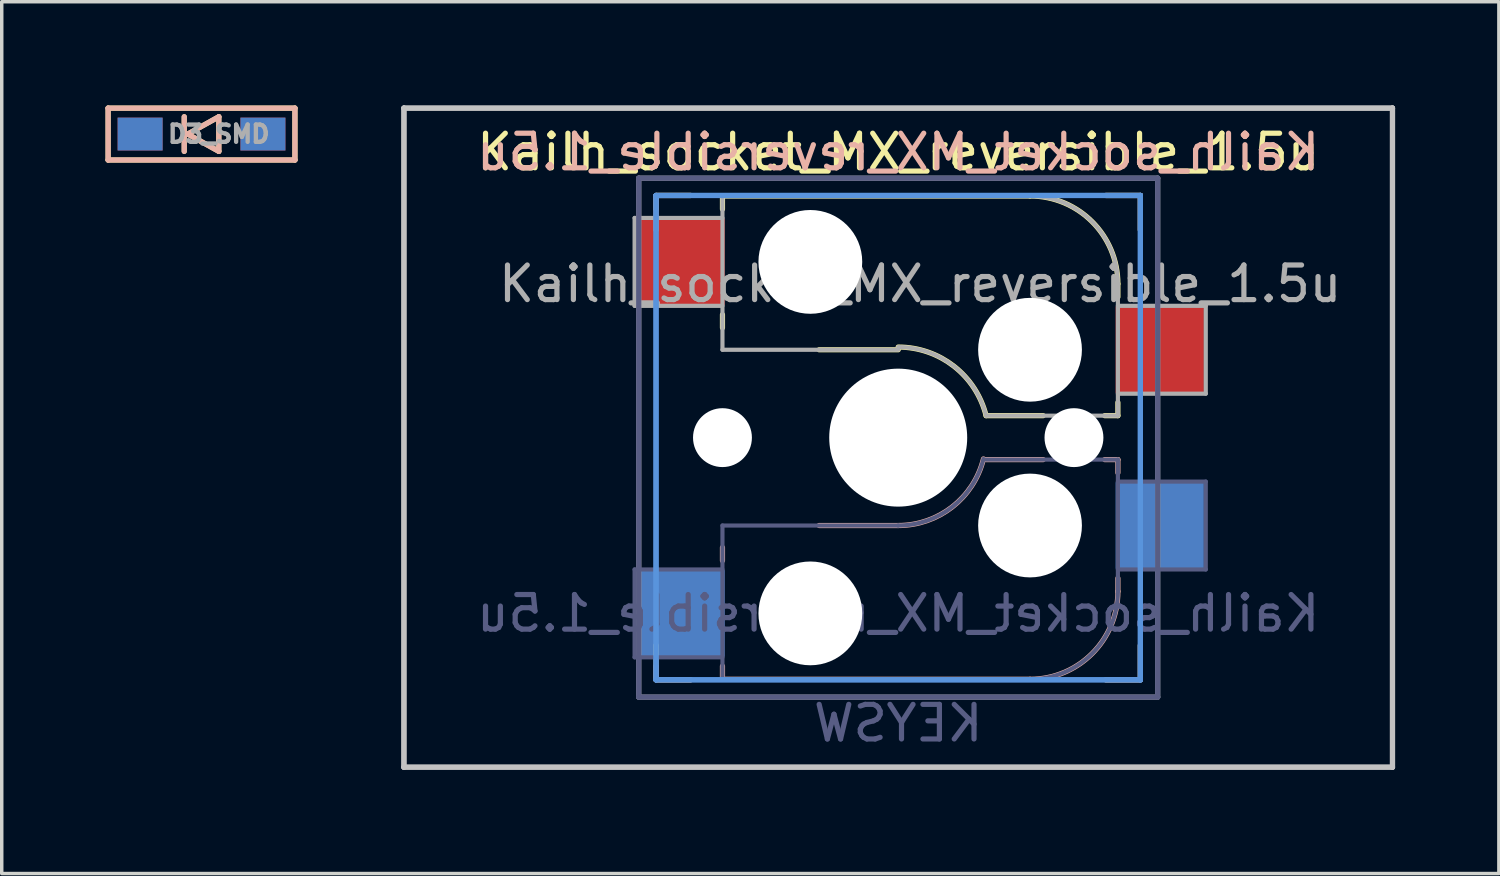
<source format=kicad_pcb>
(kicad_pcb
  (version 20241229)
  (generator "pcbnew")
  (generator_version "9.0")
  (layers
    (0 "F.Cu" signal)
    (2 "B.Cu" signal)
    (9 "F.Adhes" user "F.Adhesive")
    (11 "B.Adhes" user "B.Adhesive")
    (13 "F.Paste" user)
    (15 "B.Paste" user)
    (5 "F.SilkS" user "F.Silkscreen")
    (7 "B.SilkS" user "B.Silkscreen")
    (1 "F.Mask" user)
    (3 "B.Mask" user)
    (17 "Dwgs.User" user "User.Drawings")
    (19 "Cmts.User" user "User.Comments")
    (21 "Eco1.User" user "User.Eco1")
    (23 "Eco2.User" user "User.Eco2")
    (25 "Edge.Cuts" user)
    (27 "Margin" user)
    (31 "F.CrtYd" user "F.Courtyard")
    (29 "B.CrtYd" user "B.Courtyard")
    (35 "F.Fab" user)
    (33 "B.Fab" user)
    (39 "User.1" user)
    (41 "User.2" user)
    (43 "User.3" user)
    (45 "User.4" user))
  (footprint "D3_SMD"
    (layer "F.Cu")
    (at 2.775 0.825)
    (property "Reference" "D3_SMD" (at 0.5 0 0) (layer "F.Fab") (effects (font (size 0.5 0.5) (thickness 0.125))))
    (attr through_hole)
    (fp_line (start -2.7 -0.75) (end -2.7 0.75) (stroke (width 0.15) (type solid)) (layer "F.SilkS"))
    (fp_line (start -2.7 0.75) (end 2.7 0.75) (stroke (width 0.15) (type solid)) (layer "F.SilkS"))
    (fp_line (start -0.5 -0.5) (end -0.5 0.5) (stroke (width 0.15) (type solid)) (layer "F.SilkS"))
    (fp_line (start -0.4 0) (end 0.5 -0.5) (stroke (width 0.15) (type solid)) (layer "F.SilkS"))
    (fp_line (start 0.5 -0.5) (end 0.5 0.5) (stroke (width 0.15) (type solid)) (layer "F.SilkS"))
    (fp_line (start 0.5 0.5) (end -0.4 0) (stroke (width 0.15) (type solid)) (layer "F.SilkS"))
    (fp_line (start 2.7 -0.75) (end -2.7 -0.75) (stroke (width 0.15) (type solid)) (layer "F.SilkS"))
    (fp_line (start 2.7 -0.75) (end 2.7 0.75) (stroke (width 0.15) (type solid)) (layer "F.SilkS"))
    (fp_line (start -2.7 -0.75) (end -2.7 0.75) (stroke (width 0.15) (type solid)) (layer "B.SilkS"))
    (fp_line (start -2.7 0.75) (end 2.7 0.75) (stroke (width 0.15) (type solid)) (layer "B.SilkS"))
    (fp_line (start -0.5 -0.5) (end -0.5 0.5) (stroke (width 0.15) (type solid)) (layer "B.SilkS"))
    (fp_line (start -0.4 0) (end 0.5 -0.5) (stroke (width 0.15) (type solid)) (layer "B.SilkS"))
    (fp_line (start 0.5 -0.5) (end 0.5 0.5) (stroke (width 0.15) (type solid)) (layer "B.SilkS"))
    (fp_line (start 0.5 0.5) (end -0.4 0) (stroke (width 0.15) (type solid)) (layer "B.SilkS"))
    (fp_line (start 2.7 -0.75) (end -2.7 -0.75) (stroke (width 0.15) (type solid)) (layer "B.SilkS"))
    (fp_line (start 2.7 0.75) (end 2.7 -0.75) (stroke (width 0.15) (type solid)) (layer "B.SilkS"))
    (pad "1" smd rect (at -1.775 0) (size 1.3 0.95) (layers "F.Cu" "F.Mask" "F.Paste"))
    (pad "1" smd rect (at -1.775 0) (size 1.3 0.95) (layers "B.Cu" "B.Mask" "B.Paste"))
    (pad "2" smd rect (at 1.775 0) (size 1.3 0.95) (layers "F.Cu" "F.Mask" "F.Paste"))
    (pad "2" smd rect (at 1.775 0) (size 1.3 0.95) (layers "B.Cu" "B.Mask" "B.Paste")))
  (footprint "Kailh_socket_MX_reversible_1.5u"
    (layer "F.Cu")
    (at 22.913 9.6)
    (property "Reference" "Kailh_socket_MX_reversible_1.5u" (at 0 -8.255 0) (layer "F.SilkS") (effects (font (size 1 1) (thickness 0.15))))
    (property "Value" "KEYSW" (at 0 8.255 0) (layer "F.Fab") (hide yes) (effects (font (size 1 1) (thickness 0.15))))
    (attr smd)
    (fp_line (start -7 -7) (end -6 -7) (stroke (width 0.15) (type solid)) (layer "F.SilkS"))
    (fp_line (start -7 -6.604) (end -7 -7) (stroke (width 0.15) (type solid)) (layer "F.SilkS"))
    (fp_line (start -7 7) (end -7 6) (stroke (width 0.15) (type solid)) (layer "F.SilkS"))
    (fp_line (start -6 7) (end -7 7) (stroke (width 0.15) (type solid)) (layer "F.SilkS"))
    (fp_line (start -5.08 -6.985) (end -5.08 -6.604) (stroke (width 0.15) (type solid)) (layer "F.SilkS"))
    (fp_line (start -5.08 -3.556) (end -5.08 -3.175) (stroke (width 0.15) (type solid)) (layer "F.SilkS"))
    (fp_line (start -2.286 -2.54) (end 0 -2.54) (stroke (width 0.15) (type solid)) (layer "F.SilkS"))
    (fp_line (start 2.54 -0.635) (end 4.191 -0.635) (stroke (width 0.15) (type solid)) (layer "F.SilkS"))
    (fp_line (start 3.81 -6.985) (end -5.08 -6.985) (stroke (width 0.15) (type solid)) (layer "F.SilkS"))
    (fp_line (start 5.969 -0.635) (end 6.35 -0.635) (stroke (width 0.15) (type solid)) (layer "F.SilkS"))
    (fp_line (start 6 -7) (end 7 -7) (stroke (width 0.15) (type solid)) (layer "F.SilkS"))
    (fp_line (start 6.35 -4.445) (end 6.35 -4.064) (stroke (width 0.15) (type solid)) (layer "F.SilkS"))
    (fp_line (start 6.35 -0.635) (end 6.35 -1.016) (stroke (width 0.15) (type solid)) (layer "F.SilkS"))
    (fp_line (start 7 -7) (end 7 -6) (stroke (width 0.15) (type solid)) (layer "F.SilkS"))
    (fp_line (start 7 6) (end 7 7) (stroke (width 0.15) (type solid)) (layer "F.SilkS"))
    (fp_line (start 7 7) (end 6 7) (stroke (width 0.15) (type solid)) (layer "F.SilkS"))
    (fp_arc (start 0.000001 -2.618171) (mid 1.611255 -2.063656) (end 2.539999 -0.634999) (stroke (width 0.15) (type solid)) (layer "F.SilkS"))
    (fp_arc (start 3.81 -6.985) (mid 5.606051 -6.241051) (end 6.35 -4.445) (stroke (width 0.15) (type solid)) (layer "F.SilkS"))
    (fp_line (start -7 -7) (end -6 -7) (stroke (width 0.15) (type solid)) (layer "B.SilkS"))
    (fp_line (start -7 -6) (end -7 -7) (stroke (width 0.15) (type solid)) (layer "B.SilkS"))
    (fp_line (start -7 7) (end -7 6.604) (stroke (width 0.15) (type solid)) (layer "B.SilkS"))
    (fp_line (start -6 7) (end -7 7) (stroke (width 0.15) (type solid)) (layer "B.SilkS"))
    (fp_line (start -5.08 3.175) (end -5.08 3.556) (stroke (width 0.15) (type solid)) (layer "B.SilkS"))
    (fp_line (start -5.08 6.604) (end -5.08 6.985) (stroke (width 0.15) (type solid)) (layer "B.SilkS"))
    (fp_line (start -5.08 6.985) (end 3.81 6.985) (stroke (width 0.15) (type solid)) (layer "B.SilkS"))
    (fp_line (start 0 2.54) (end -2.286 2.54) (stroke (width 0.15) (type solid)) (layer "B.SilkS"))
    (fp_line (start 4.191 0.635) (end 2.54 0.635) (stroke (width 0.15) (type solid)) (layer "B.SilkS"))
    (fp_line (start 6 -7) (end 7 -7) (stroke (width 0.15) (type solid)) (layer "B.SilkS"))
    (fp_line (start 6.35 0.635) (end 5.969 0.635) (stroke (width 0.15) (type solid)) (layer "B.SilkS"))
    (fp_line (start 6.35 1.016) (end 6.35 0.635) (stroke (width 0.15) (type solid)) (layer "B.SilkS"))
    (fp_line (start 6.35 4.445) (end 6.35 4.064) (stroke (width 0.15) (type solid)) (layer "B.SilkS"))
    (fp_line (start 7 -7) (end 7 -6) (stroke (width 0.15) (type solid)) (layer "B.SilkS"))
    (fp_line (start 7 6) (end 7 7) (stroke (width 0.15) (type solid)) (layer "B.SilkS"))
    (fp_line (start 7 7) (end 6 7) (stroke (width 0.15) (type solid)) (layer "B.SilkS"))
    (fp_arc (start 2.464162 0.61604) (mid 1.563147 2.002042) (end 0 2.54) (stroke (width 0.15) (type solid)) (layer "B.SilkS"))
    (fp_arc (start 6.35 4.445) (mid 5.606051 6.241051) (end 3.81 6.985) (stroke (width 0.15) (type solid)) (layer "B.SilkS"))
    (fp_line (start -14.287 -9.525) (end -14.287 -9.525) (stroke (width 0.15) (type solid)) (layer "Dwgs.User"))
    (fp_line (start -14.287 -9.525) (end -14.287 -9.525) (stroke (width 0.15) (type solid)) (layer "Dwgs.User"))
    (fp_line (start -14.287 -9.525) (end -14.287 9.525) (stroke (width 0.15) (type solid)) (layer "Dwgs.User"))
    (fp_line (start -14.287 -9.525) (end 14.287 -9.525) (stroke (width 0.15) (type solid)) (layer "Dwgs.User"))
    (fp_line (start -14.287 9.525) (end -14.287 -9.525) (stroke (width 0.15) (type solid)) (layer "Dwgs.User"))
    (fp_line (start -14.287 9.525) (end -14.287 9.525) (stroke (width 0.15) (type solid)) (layer "Dwgs.User"))
    (fp_line (start -14.287 9.525) (end -14.287 9.525) (stroke (width 0.15) (type solid)) (layer "Dwgs.User"))
    (fp_line (start -14.287 9.525) (end 14.287 9.525) (stroke (width 0.15) (type solid)) (layer "Dwgs.User"))
    (fp_line (start 14.287 -9.525) (end -14.287 -9.525) (stroke (width 0.15) (type solid)) (layer "Dwgs.User"))
    (fp_line (start 14.287 -9.525) (end 14.287 -9.525) (stroke (width 0.15) (type solid)) (layer "Dwgs.User"))
    (fp_line (start 14.287 -9.525) (end 14.287 -9.525) (stroke (width 0.15) (type solid)) (layer "Dwgs.User"))
    (fp_line (start 14.287 -9.525) (end 14.287 9.525) (stroke (width 0.15) (type solid)) (layer "Dwgs.User"))
    (fp_line (start 14.287 9.525) (end -14.287 9.525) (stroke (width 0.15) (type solid)) (layer "Dwgs.User"))
    (fp_line (start 14.287 9.525) (end 14.287 -9.525) (stroke (width 0.15) (type solid)) (layer "Dwgs.User"))
    (fp_line (start 14.287 9.525) (end 14.287 9.525) (stroke (width 0.15) (type solid)) (layer "Dwgs.User"))
    (fp_line (start 14.287 9.525) (end 14.287 9.525) (stroke (width 0.15) (type solid)) (layer "Dwgs.User"))
    (fp_line (start -7 -7) (end -7 7) (stroke (width 0.15) (type solid)) (layer "Cmts.User"))
    (fp_line (start -7 -7) (end 7 -7) (stroke (width 0.15) (type solid)) (layer "Cmts.User"))
    (fp_line (start -7 7) (end -7 -7) (stroke (width 0.15) (type solid)) (layer "Cmts.User"))
    (fp_line (start -7 7) (end -7 7) (stroke (width 0.15) (type solid)) (layer "Cmts.User"))
    (fp_line (start -7 7) (end -7 7) (stroke (width 0.15) (type solid)) (layer "Cmts.User"))
    (fp_line (start -7 7) (end 7 7) (stroke (width 0.15) (type solid)) (layer "Cmts.User"))
    (fp_line (start 7 -7) (end -7 -7) (stroke (width 0.15) (type solid)) (layer "Cmts.User"))
    (fp_line (start 7 -7) (end 7 -7) (stroke (width 0.15) (type solid)) (layer "Cmts.User"))
    (fp_line (start 7 -7) (end 7 -7) (stroke (width 0.15) (type solid)) (layer "Cmts.User"))
    (fp_line (start 7 -7) (end 7 7) (stroke (width 0.15) (type solid)) (layer "Cmts.User"))
    (fp_line (start 7 7) (end -7 7) (stroke (width 0.15) (type solid)) (layer "Cmts.User"))
    (fp_line (start 7 7) (end 7 -7) (stroke (width 0.15) (type solid)) (layer "Cmts.User"))
    (fp_line (start 7 7) (end 7 7) (stroke (width 0.15) (type solid)) (layer "Cmts.User"))
    (fp_line (start 7 7) (end 7 7) (stroke (width 0.15) (type solid)) (layer "Cmts.User"))
    (fp_line (start -6.9 6.9) (end -6.9 -6.9) (stroke (width 0.15) (type solid)) (layer "Eco2.User"))
    (fp_line (start -6.9 6.9) (end 6.9 6.9) (stroke (width 0.15) (type solid)) (layer "Eco2.User"))
    (fp_line (start 6.9 -6.9) (end -6.9 -6.9) (stroke (width 0.15) (type solid)) (layer "Eco2.User"))
    (fp_line (start 6.9 -6.9) (end 6.9 6.9) (stroke (width 0.15) (type solid)) (layer "Eco2.User"))
    (fp_line (start -7.62 3.81) (end -7.62 6.35) (stroke (width 0.12) (type solid)) (layer "B.Fab"))
    (fp_line (start -7.62 6.35) (end -5.08 6.35) (stroke (width 0.12) (type solid)) (layer "B.Fab"))
    (fp_line (start -7.5 -7.5) (end 7.5 -7.5) (stroke (width 0.15) (type solid)) (layer "B.Fab"))
    (fp_line (start -7.5 7.5) (end -7.5 -7.5) (stroke (width 0.15) (type solid)) (layer "B.Fab"))
    (fp_line (start -5.08 2.54) (end -5.08 6.985) (stroke (width 0.12) (type solid)) (layer "B.Fab"))
    (fp_line (start -5.08 3.81) (end -7.62 3.81) (stroke (width 0.12) (type solid)) (layer "B.Fab"))
    (fp_line (start -5.08 6.985) (end 3.81 6.985) (stroke (width 0.12) (type solid)) (layer "B.Fab"))
    (fp_line (start 0 2.54) (end -5.08 2.54) (stroke (width 0.12) (type solid)) (layer "B.Fab"))
    (fp_line (start 6.35 0.635) (end 2.54 0.635) (stroke (width 0.12) (type solid)) (layer "B.Fab"))
    (fp_line (start 6.35 3.81) (end 8.89 3.81) (stroke (width 0.12) (type solid)) (layer "B.Fab"))
    (fp_line (start 6.35 4.445) (end 6.35 0.635) (stroke (width 0.12) (type solid)) (layer "B.Fab"))
    (fp_line (start 7.5 -7.5) (end 7.5 7.5) (stroke (width 0.15) (type solid)) (layer "B.Fab"))
    (fp_line (start 7.5 7.5) (end -7.5 7.5) (stroke (width 0.15) (type solid)) (layer "B.Fab"))
    (fp_line (start 8.89 1.27) (end 6.35 1.27) (stroke (width 0.12) (type solid)) (layer "B.Fab"))
    (fp_line (start 8.89 3.81) (end 8.89 1.27) (stroke (width 0.12) (type solid)) (layer "B.Fab"))
    (fp_arc (start 2.464162 0.61604) (mid 1.563147 2.002042) (end 0 2.54) (stroke (width 0.12) (type solid)) (layer "B.Fab"))
    (fp_arc (start 6.35 4.445) (mid 5.606051 6.241051) (end 3.81 6.985) (stroke (width 0.12) (type solid)) (layer "B.Fab"))
    (fp_line (start -7.62 -6.35) (end -7.62 -3.81) (stroke (width 0.12) (type solid)) (layer "F.Fab"))
    (fp_line (start -7.62 -3.81) (end -5.08 -3.81) (stroke (width 0.12) (type solid)) (layer "F.Fab"))
    (fp_line (start -7.5 -7.5) (end 7.5 -7.5) (stroke (width 0.15) (type solid)) (layer "F.Fab"))
    (fp_line (start -7.5 7.5) (end -7.5 -7.5) (stroke (width 0.15) (type solid)) (layer "F.Fab"))
    (fp_line (start -5.08 -6.985) (end -5.08 -2.54) (stroke (width 0.12) (type solid)) (layer "F.Fab"))
    (fp_line (start -5.08 -6.35) (end -7.62 -6.35) (stroke (width 0.12) (type solid)) (layer "F.Fab"))
    (fp_line (start -5.08 -2.54) (end 0 -2.54) (stroke (width 0.12) (type solid)) (layer "F.Fab"))
    (fp_line (start 2.54 -0.635) (end 6.35 -0.635) (stroke (width 0.12) (type solid)) (layer "F.Fab"))
    (fp_line (start 3.81 -6.985) (end -5.08 -6.985) (stroke (width 0.12) (type solid)) (layer "F.Fab"))
    (fp_line (start 6.35 -1.27) (end 8.89 -1.27) (stroke (width 0.12) (type solid)) (layer "F.Fab"))
    (fp_line (start 6.35 -0.635) (end 6.35 -4.445) (stroke (width 0.12) (type solid)) (layer "F.Fab"))
    (fp_line (start 7.5 -7.5) (end 7.5 7.5) (stroke (width 0.15) (type solid)) (layer "F.Fab"))
    (fp_line (start 7.5 7.5) (end -7.5 7.5) (stroke (width 0.15) (type solid)) (layer "F.Fab"))
    (fp_line (start 8.89 -3.81) (end 6.35 -3.81) (stroke (width 0.12) (type solid)) (layer "F.Fab"))
    (fp_line (start 8.89 -1.27) (end 8.89 -3.81) (stroke (width 0.12) (type solid)) (layer "F.Fab"))
    (fp_arc (start 0.000001 -2.618171) (mid 1.611255 -2.063656) (end 2.539999 -0.634999) (stroke (width 0.12) (type solid)) (layer "F.Fab"))
    (fp_arc (start 3.81 -6.985) (mid 5.606051 -6.241051) (end 6.35 -4.445) (stroke (width 0.12) (type solid)) (layer "F.Fab"))
    (fp_poly (pts (xy 7.144 7.144) (xy -7.144 7.144) (xy -7.144 -7.144) (xy 7.144 -7.144)) (stroke (width 0.1) (type solid)) (fill no) (layer "User.2"))
    (fp_poly (pts (xy 3.572 -7.144) (xy 3.572 7.144) (xy 2.381 8.334) (xy -2.381 8.334) (xy -3.572 7.144) (xy -3.572 -7.151) (xy -2.381 -8.334) (xy 2.381 -8.334)) (stroke (width 0.1) (type solid)) (fill no) (layer "User.3"))
    (fp_text user "${REFERENCE}" (at 0 -8.255 0) (layer "B.SilkS") (effects (font (size 1 1) (thickness 0.15)) (justify mirror)))
    (fp_text user "${REFERENCE}" (at 0 5.08 0) (layer "B.Fab") (effects (font (size 1 1) (thickness 0.15)) (justify mirror)))
    (fp_text user "${VALUE}" (at 0 8.255 0) (layer "B.Fab") (effects (font (size 1 1) (thickness 0.15)) (justify mirror)))
    (fp_text user "${REFERENCE}" (at 0.635 -4.445 0) (layer "F.Fab") (effects (font (size 1 1) (thickness 0.15))))
    (pad "" np_thru_hole circle (at -5.08 0) (size 1.702 1.702) (drill 1.702) (layers "*.Cu" "*.Mask"))
    (pad "" np_thru_hole circle (at -2.54 -5.08) (size 3 3) (drill 3) (layers "*.Cu" "*.Mask"))
    (pad "" np_thru_hole circle (at -2.54 5.08) (size 3 3) (drill 3) (layers "*.Cu" "*.Mask"))
    (pad "" np_thru_hole circle (at 0 0) (size 3.988 3.988) (drill 3.988) (layers "*.Cu" "*.Mask"))
    (pad "" np_thru_hole circle (at 3.81 -2.54) (size 3 3) (drill 3) (layers "*.Cu" "*.Mask"))
    (pad "" np_thru_hole circle (at 3.81 2.54) (size 3 3) (drill 3) (layers "*.Cu" "*.Mask"))
    (pad "" np_thru_hole circle (at 5.08 0) (size 1.702 1.702) (drill 1.702) (layers "*.Cu" "*.Mask"))
    (pad "1" smd rect (at -6.29 -5.08) (size 2.55 2.5) (layers "F.Cu" "F.Mask" "F.Paste"))
    (pad "1" smd rect (at -6.29 5.08) (size 2.55 2.5) (layers "B.Cu" "B.Mask" "B.Paste"))
    (pad "2" smd rect (at 7.56 -2.54) (size 2.55 2.5) (layers "F.Cu" "F.Mask" "F.Paste"))
    (pad "2" smd rect (at 7.56 2.54) (size 2.55 2.5) (layers "B.Cu" "B.Mask" "B.Paste")))
  (gr_rect
    (start -3 -3)
    (end 40.275 22.2)
    (stroke (width 0.1) (type default))
    (fill no)
    (layer "Edge.Cuts")))
</source>
